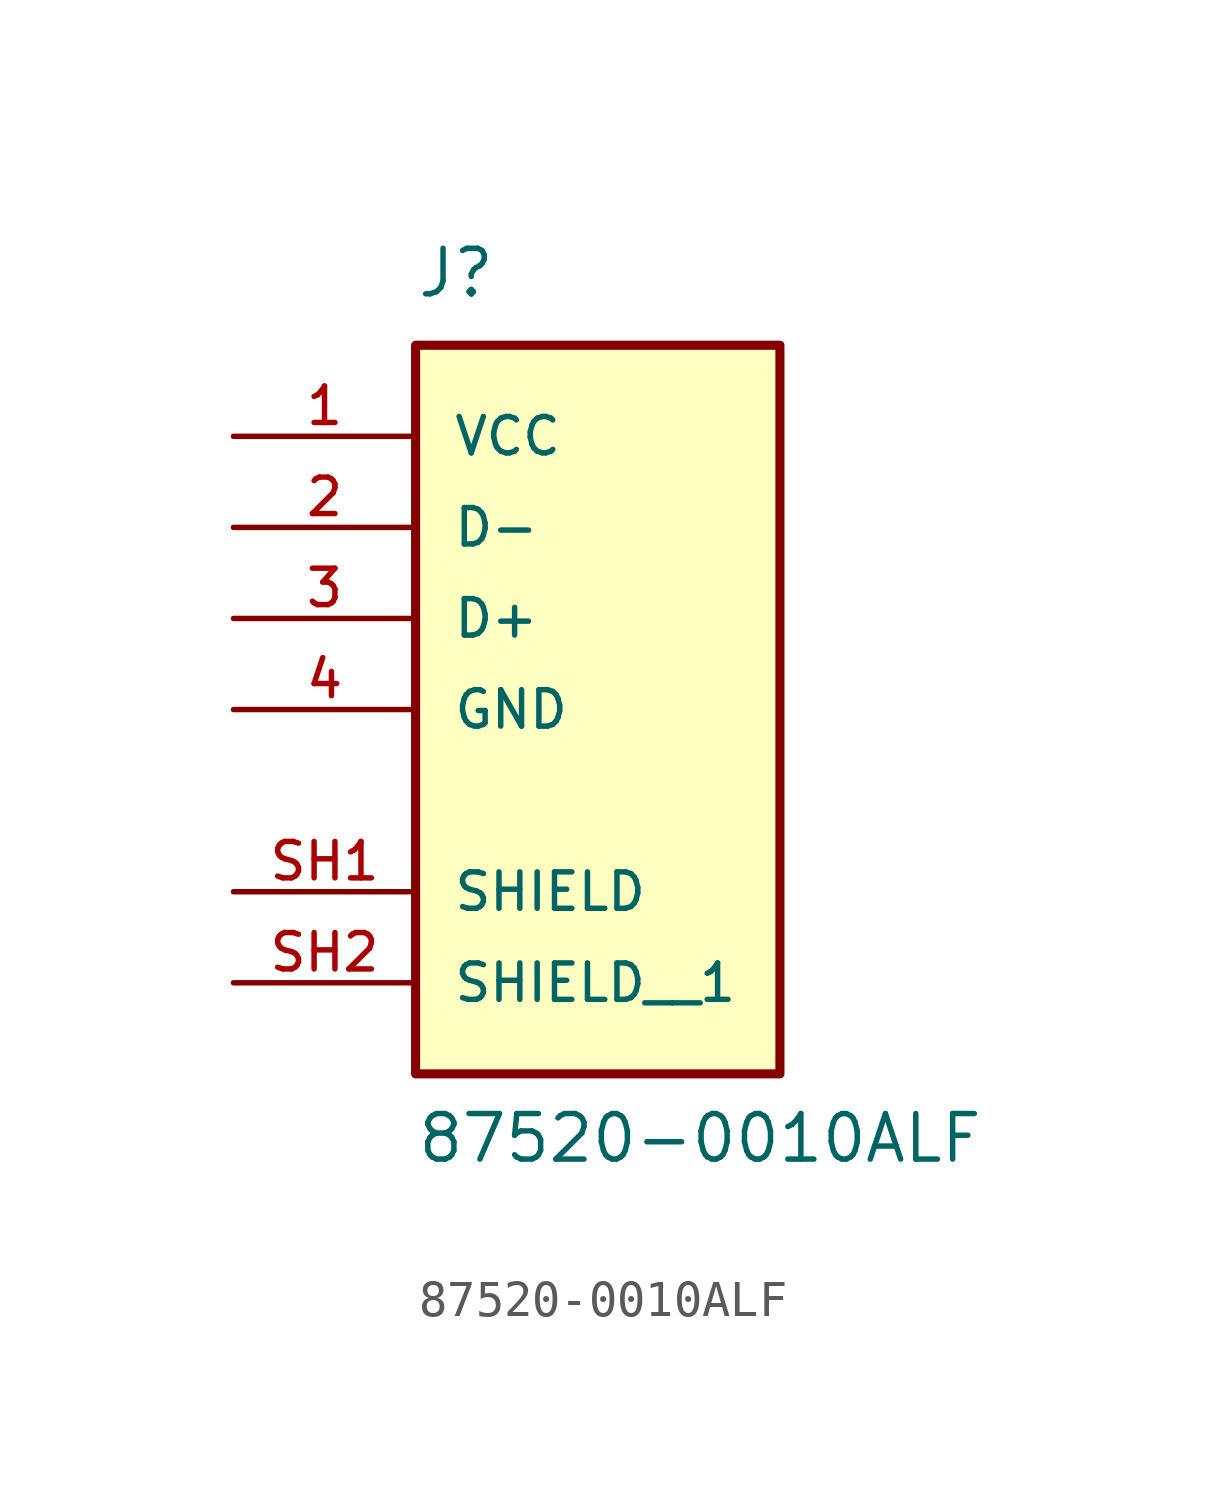
<source format=kicad_sym>
(kicad_symbol_lib
  (version 20211014)
  (generator kicad_symbol_editor)
  (symbol "87520-0010ALF"
    (pin_names
      (offset 1.016))
    (property "Reference" "J"
      (at -5.08 8.89 0)
      (effects (font (size 1.27 1.27)) (justify bottom left)))
    (property "Value" "87520-0010ALF"
      (at -5.08 -15.24 0)
      (effects (font (size 1.27 1.27)) (justify bottom left)))
    (symbol "87520-0010ALF_0_0"
      (rectangle (start -5.08 -12.7) (end 5.08 7.62) (stroke (width 0.254)) (fill (type background)))
      (pin power_in line (at -10.16 5.08 0) (length 5.08) (name "VCC" (effects (font (size 1.016 1.016)))) (number "1" (effects (font (size 1.016 1.016)))))
      (pin bidirectional line (at -10.16 2.54 0) (length 5.08) (name "D-" (effects (font (size 1.016 1.016)))) (number "2" (effects (font (size 1.016 1.016)))))
      (pin bidirectional line (at -10.16 0.0 0) (length 5.08) (name "D+" (effects (font (size 1.016 1.016)))) (number "3" (effects (font (size 1.016 1.016)))))
      (pin power_in line (at -10.16 -2.54 0) (length 5.08) (name "GND" (effects (font (size 1.016 1.016)))) (number "4" (effects (font (size 1.016 1.016)))))
      (pin passive line (at -10.16 -7.62 0) (length 5.08) (name "SHIELD" (effects (font (size 1.016 1.016)))) (number "SH1" (effects (font (size 1.016 1.016)))))
      (pin passive line (at -10.16 -10.16 0) (length 5.08) (name "SHIELD__1" (effects (font (size 1.016 1.016)))) (number "SH2" (effects (font (size 1.016 1.016))))))))
</source>
